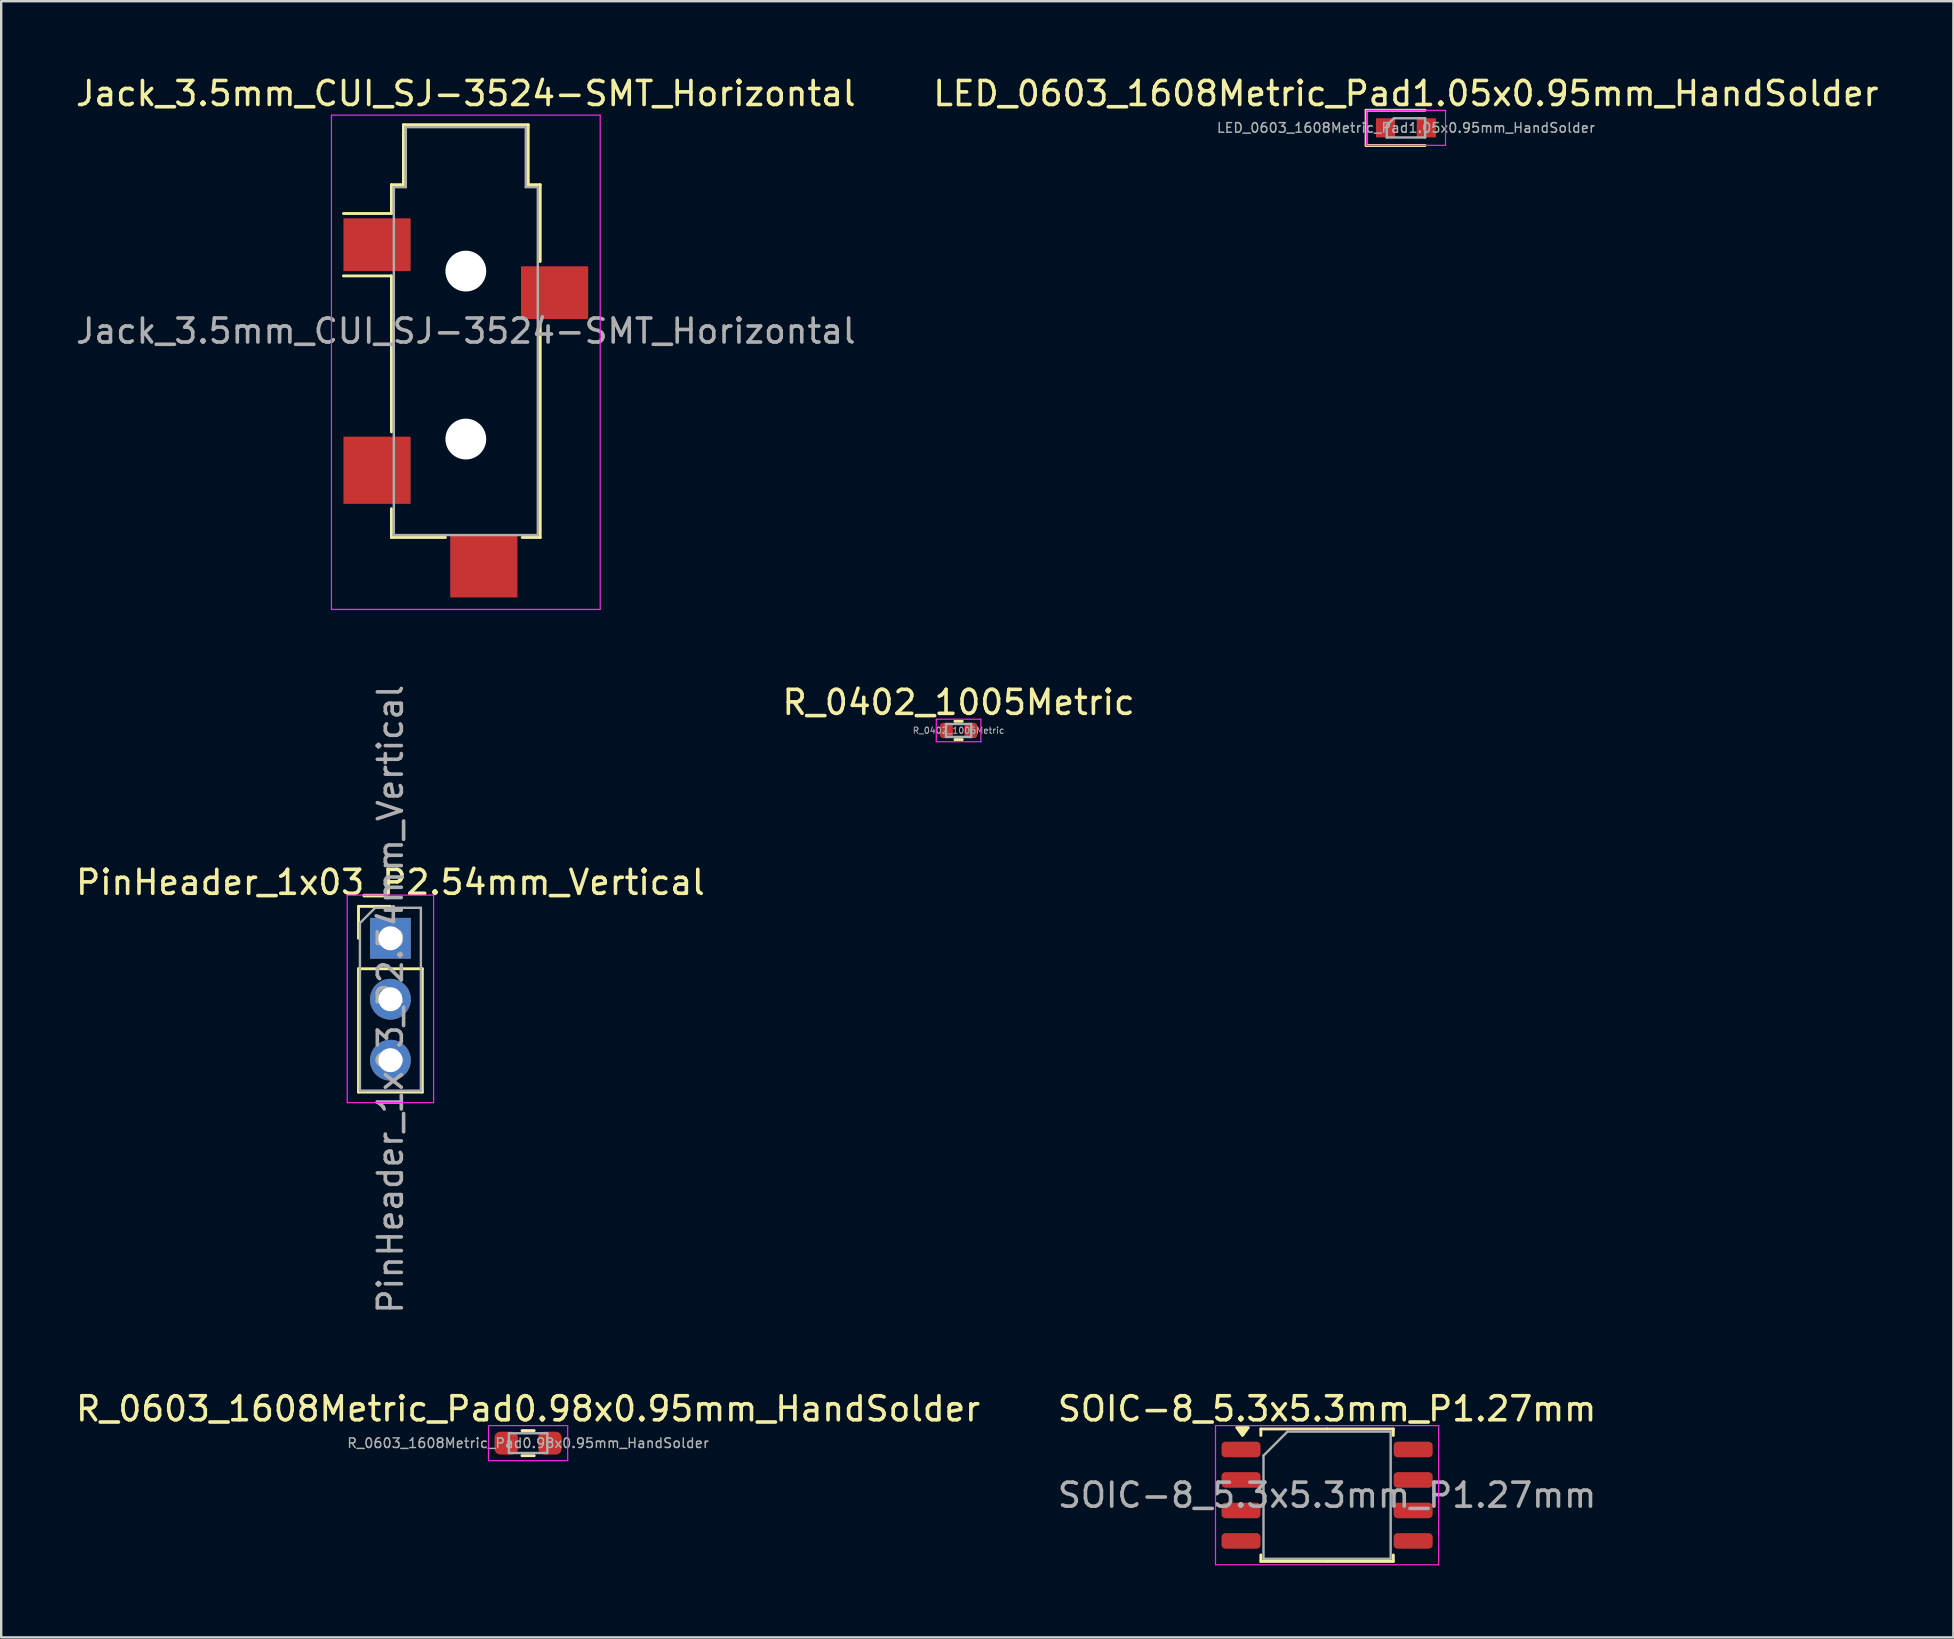
<source format=kicad_pcb>
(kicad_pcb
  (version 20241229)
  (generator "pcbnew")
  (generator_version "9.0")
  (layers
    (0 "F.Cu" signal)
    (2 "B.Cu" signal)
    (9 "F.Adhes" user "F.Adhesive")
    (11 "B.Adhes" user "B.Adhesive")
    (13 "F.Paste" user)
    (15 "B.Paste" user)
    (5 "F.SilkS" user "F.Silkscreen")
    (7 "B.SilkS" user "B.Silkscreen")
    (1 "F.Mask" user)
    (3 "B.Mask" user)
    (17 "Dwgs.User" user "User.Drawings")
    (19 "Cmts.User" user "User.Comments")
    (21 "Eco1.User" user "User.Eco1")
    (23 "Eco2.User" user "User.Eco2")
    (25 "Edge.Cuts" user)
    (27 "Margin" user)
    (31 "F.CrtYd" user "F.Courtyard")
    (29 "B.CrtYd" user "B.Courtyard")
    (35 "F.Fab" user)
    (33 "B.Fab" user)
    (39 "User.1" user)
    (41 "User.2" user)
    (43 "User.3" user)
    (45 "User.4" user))
  (footprint "LED_0603_1608Metric_Pad1.05x0.95mm_HandSolder"
    (layer "F.Cu")
    (at 55.542 2.278)
    (property "Reference" "LED_0603_1608Metric_Pad1.05x0.95mm_HandSolder" (at 0 -1.43 0) (layer "F.SilkS") (effects (font (size 1 1) (thickness 0.15))))
    (attr smd)
    (fp_line (start -1.66 -0.735) (end -1.66 0.735) (stroke (width 0.12) (type solid)) (layer "F.SilkS"))
    (fp_line (start -1.66 0.735) (end 0.8 0.735) (stroke (width 0.12) (type solid)) (layer "F.SilkS"))
    (fp_line (start 0.8 -0.735) (end -1.66 -0.735) (stroke (width 0.12) (type solid)) (layer "F.SilkS"))
    (fp_line (start -1.65 -0.73) (end 1.65 -0.73) (stroke (width 0.05) (type solid)) (layer "F.CrtYd"))
    (fp_line (start -1.65 0.73) (end -1.65 -0.73) (stroke (width 0.05) (type solid)) (layer "F.CrtYd"))
    (fp_line (start 1.65 -0.73) (end 1.65 0.73) (stroke (width 0.05) (type solid)) (layer "F.CrtYd"))
    (fp_line (start 1.65 0.73) (end -1.65 0.73) (stroke (width 0.05) (type solid)) (layer "F.CrtYd"))
    (fp_line (start -0.8 -0.1) (end -0.8 0.4) (stroke (width 0.1) (type solid)) (layer "F.Fab"))
    (fp_line (start -0.8 0.4) (end 0.8 0.4) (stroke (width 0.1) (type solid)) (layer "F.Fab"))
    (fp_line (start -0.5 -0.4) (end -0.8 -0.1) (stroke (width 0.1) (type solid)) (layer "F.Fab"))
    (fp_line (start 0.8 -0.4) (end -0.5 -0.4) (stroke (width 0.1) (type solid)) (layer "F.Fab"))
    (fp_line (start 0.8 0.4) (end 0.8 -0.4) (stroke (width 0.1) (type solid)) (layer "F.Fab"))
    (fp_text user "${REFERENCE}" (at 0 0 0) (layer "F.Fab") (effects (font (size 0.4 0.4) (thickness 0.06))))
    (pad "1" smd rect (at -0.85 0) (size 0.8 0.8) (layers "F.Cu" "F.Mask" "F.Paste"))
    (pad "2" smd rect (at 0.85 0) (size 0.8 0.8) (layers "F.Cu" "F.Mask" "F.Paste")))
  (footprint "R_0402_1005Metric"
    (layer "F.Cu")
    (at 36.899 27.392)
    (property "Reference" "R_0402_1005Metric" (at 0 -1.17 0) (layer "F.SilkS") (effects (font (size 1 1) (thickness 0.15))))
    (attr smd)
    (fp_line (start -0.154 -0.38) (end 0.154 -0.38) (stroke (width 0.12) (type solid)) (layer "F.SilkS"))
    (fp_line (start -0.154 0.38) (end 0.154 0.38) (stroke (width 0.12) (type solid)) (layer "F.SilkS"))
    (fp_line (start -0.93 -0.47) (end 0.93 -0.47) (stroke (width 0.05) (type solid)) (layer "F.CrtYd"))
    (fp_line (start -0.93 0.47) (end -0.93 -0.47) (stroke (width 0.05) (type solid)) (layer "F.CrtYd"))
    (fp_line (start 0.93 -0.47) (end 0.93 0.47) (stroke (width 0.05) (type solid)) (layer "F.CrtYd"))
    (fp_line (start 0.93 0.47) (end -0.93 0.47) (stroke (width 0.05) (type solid)) (layer "F.CrtYd"))
    (fp_line (start -0.525 -0.27) (end 0.525 -0.27) (stroke (width 0.1) (type solid)) (layer "F.Fab"))
    (fp_line (start -0.525 0.27) (end -0.525 -0.27) (stroke (width 0.1) (type solid)) (layer "F.Fab"))
    (fp_line (start 0.525 -0.27) (end 0.525 0.27) (stroke (width 0.1) (type solid)) (layer "F.Fab"))
    (fp_line (start 0.525 0.27) (end -0.525 0.27) (stroke (width 0.1) (type solid)) (layer "F.Fab"))
    (fp_text user "${REFERENCE}" (at 0 0 0) (layer "F.Fab") (effects (font (size 0.26 0.26) (thickness 0.04))))
    (pad "1" smd roundrect (at -0.51 0) (size 0.54 0.64) (layers "F.Cu" "F.Mask" "F.Paste") (roundrect_rratio 0.25))
    (pad "2" smd roundrect (at 0.51 0) (size 0.54 0.64) (layers "F.Cu" "F.Mask" "F.Paste") (roundrect_rratio 0.25)))
  (footprint "Jack_3.5mm_CUI_SJ-3524-SMT_Horizontal"
    (layer "F.Cu")
    (at 16.363 10.748)
    (property "Reference" "Jack_3.5mm_CUI_SJ-3524-SMT_Horizontal" (at 0 -9.9 0) (layer "F.SilkS") (effects (font (size 1 1) (thickness 0.15))))
    (attr smd)
    (fp_line (start -3.1 -6.1) (end -2.6 -6.1) (stroke (width 0.12) (type solid)) (layer "F.SilkS"))
    (fp_line (start -3.1 -4.9) (end -5.1 -4.9) (stroke (width 0.12) (type solid)) (layer "F.SilkS"))
    (fp_line (start -3.1 -4.9) (end -3.1 -6.1) (stroke (width 0.12) (type solid)) (layer "F.SilkS"))
    (fp_line (start -3.1 -2.3) (end -5.1 -2.3) (stroke (width 0.12) (type solid)) (layer "F.SilkS"))
    (fp_line (start -3.1 4.2) (end -3.1 -2.3) (stroke (width 0.12) (type solid)) (layer "F.SilkS"))
    (fp_line (start -3.1 8.6) (end -3.1 7.4) (stroke (width 0.12) (type solid)) (layer "F.SilkS"))
    (fp_line (start -2.6 -8.6) (end 2.6 -8.6) (stroke (width 0.12) (type solid)) (layer "F.SilkS"))
    (fp_line (start -2.6 -6.1) (end -2.6 -8.6) (stroke (width 0.12) (type solid)) (layer "F.SilkS"))
    (fp_line (start -0.85 8.6) (end -3.1 8.6) (stroke (width 0.12) (type solid)) (layer "F.SilkS"))
    (fp_line (start 2.6 -8.6) (end 2.6 -6.1) (stroke (width 0.12) (type solid)) (layer "F.SilkS"))
    (fp_line (start 2.6 -6.1) (end 3.1 -6.1) (stroke (width 0.12) (type solid)) (layer "F.SilkS"))
    (fp_line (start 3.1 -6.1) (end 3.1 -2.9) (stroke (width 0.12) (type solid)) (layer "F.SilkS"))
    (fp_line (start 3.1 -0.3) (end 3.1 8.6) (stroke (width 0.12) (type solid)) (layer "F.SilkS"))
    (fp_line (start 3.1 8.6) (end 2.35 8.6) (stroke (width 0.12) (type solid)) (layer "F.SilkS"))
    (fp_line (start -5.6 -9) (end 5.6 -9) (stroke (width 0.05) (type solid)) (layer "F.CrtYd"))
    (fp_line (start -5.6 11.6) (end -5.6 -9) (stroke (width 0.05) (type solid)) (layer "F.CrtYd"))
    (fp_line (start 5.6 -9) (end 5.6 11.6) (stroke (width 0.05) (type solid)) (layer "F.CrtYd"))
    (fp_line (start 5.6 11.6) (end -5.6 11.6) (stroke (width 0.05) (type solid)) (layer "F.CrtYd"))
    (fp_line (start -3 -6) (end -2.5 -6) (stroke (width 0.1) (type solid)) (layer "F.Fab"))
    (fp_line (start -3 8.5) (end -3 -6) (stroke (width 0.1) (type solid)) (layer "F.Fab"))
    (fp_line (start -2.5 -8.5) (end 2.5 -8.5) (stroke (width 0.1) (type solid)) (layer "F.Fab"))
    (fp_line (start -2.5 -6) (end -2.5 -8.5) (stroke (width 0.1) (type solid)) (layer "F.Fab"))
    (fp_line (start 2.5 -8.5) (end 2.5 -6) (stroke (width 0.1) (type solid)) (layer "F.Fab"))
    (fp_line (start 2.5 -6) (end 3 -6) (stroke (width 0.1) (type solid)) (layer "F.Fab"))
    (fp_line (start 3 -6) (end 3 8.5) (stroke (width 0.1) (type solid)) (layer "F.Fab"))
    (fp_line (start 3 8.5) (end -3 8.5) (stroke (width 0.1) (type solid)) (layer "F.Fab"))
    (fp_text user "${REFERENCE}" (at 0 0 0) (layer "F.Fab") (effects (font (size 1 1) (thickness 0.15))))
    (pad "" np_thru_hole circle (at 0 -2.5) (size 1.7 1.7) (drill 1.7) (layers "*.Cu" "*.Mask"))
    (pad "" np_thru_hole circle (at 0 4.5) (size 1.7 1.7) (drill 1.7) (layers "*.Cu" "*.Mask"))
    (pad "R" smd rect (at 3.7 -1.6) (size 2.8 2.2) (layers "F.Cu" "F.Mask" "F.Paste"))
    (pad "S" smd rect (at -3.7 -3.6) (size 2.8 2.2) (layers "F.Cu" "F.Mask" "F.Paste"))
    (pad "T" smd rect (at -3.7 5.8) (size 2.8 2.8) (layers "F.Cu" "F.Mask" "F.Paste"))
    (pad "TN" smd rect (at 0.75 9.8) (size 2.8 2.6) (layers "F.Cu" "F.Mask" "F.Paste")))
  (footprint "PinHeader_1x03_P2.54mm_Vertical"
    (layer "F.Cu")
    (at 13.22 36.053)
    (property "Reference" "PinHeader_1x03_P2.54mm_Vertical" (at 0 -2.33 0) (layer "F.SilkS") (effects (font (size 1 1) (thickness 0.15))))
    (attr through_hole)
    (fp_line (start -1.33 -1.33) (end 0 -1.33) (stroke (width 0.12) (type solid)) (layer "F.SilkS"))
    (fp_line (start -1.33 0) (end -1.33 -1.33) (stroke (width 0.12) (type solid)) (layer "F.SilkS"))
    (fp_line (start -1.33 1.27) (end -1.33 6.41) (stroke (width 0.12) (type solid)) (layer "F.SilkS"))
    (fp_line (start -1.33 1.27) (end 1.33 1.27) (stroke (width 0.12) (type solid)) (layer "F.SilkS"))
    (fp_line (start -1.33 6.41) (end 1.33 6.41) (stroke (width 0.12) (type solid)) (layer "F.SilkS"))
    (fp_line (start 1.33 1.27) (end 1.33 6.41) (stroke (width 0.12) (type solid)) (layer "F.SilkS"))
    (fp_line (start -1.8 -1.8) (end -1.8 6.85) (stroke (width 0.05) (type solid)) (layer "F.CrtYd"))
    (fp_line (start -1.8 6.85) (end 1.8 6.85) (stroke (width 0.05) (type solid)) (layer "F.CrtYd"))
    (fp_line (start 1.8 -1.8) (end -1.8 -1.8) (stroke (width 0.05) (type solid)) (layer "F.CrtYd"))
    (fp_line (start 1.8 6.85) (end 1.8 -1.8) (stroke (width 0.05) (type solid)) (layer "F.CrtYd"))
    (fp_line (start -1.27 -0.635) (end -0.635 -1.27) (stroke (width 0.1) (type solid)) (layer "F.Fab"))
    (fp_line (start -1.27 6.35) (end -1.27 -0.635) (stroke (width 0.1) (type solid)) (layer "F.Fab"))
    (fp_line (start -0.635 -1.27) (end 1.27 -1.27) (stroke (width 0.1) (type solid)) (layer "F.Fab"))
    (fp_line (start 1.27 -1.27) (end 1.27 6.35) (stroke (width 0.1) (type solid)) (layer "F.Fab"))
    (fp_line (start 1.27 6.35) (end -1.27 6.35) (stroke (width 0.1) (type solid)) (layer "F.Fab"))
    (fp_text user "${REFERENCE}" (at 0 2.54 90) (layer "F.Fab") (effects (font (size 1 1) (thickness 0.15))))
    (pad "1" thru_hole rect (at 0 0) (size 1.7 1.7) (drill 1) (layers "*.Cu" "*.Mask"))
    (pad "2" thru_hole oval (at 0 2.54) (size 1.7 1.7) (drill 1) (layers "*.Cu" "*.Mask"))
    (pad "3" thru_hole oval (at 0 5.08) (size 1.7 1.7) (drill 1) (layers "*.Cu" "*.Mask")))
  (footprint "SOIC-8_5.3x5.3mm_P1.27mm"
    (layer "F.Cu")
    (at 52.256 59.262)
    (property "Reference" "SOIC-8_5.3x5.3mm_P1.27mm" (at 0 -3.6 0) (layer "F.SilkS") (effects (font (size 1 1) (thickness 0.15))))
    (attr smd)
    (fp_line (start -2.76 -2.76) (end -2.76 -2.49) (stroke (width 0.12) (type solid)) (layer "F.SilkS"))
    (fp_line (start -2.76 2.76) (end -2.76 2.49) (stroke (width 0.12) (type solid)) (layer "F.SilkS"))
    (fp_line (start 0 -2.76) (end -2.76 -2.76) (stroke (width 0.12) (type solid)) (layer "F.SilkS"))
    (fp_line (start 0 -2.76) (end 2.76 -2.76) (stroke (width 0.12) (type solid)) (layer "F.SilkS"))
    (fp_line (start 0 2.76) (end -2.76 2.76) (stroke (width 0.12) (type solid)) (layer "F.SilkS"))
    (fp_line (start 0 2.76) (end 2.76 2.76) (stroke (width 0.12) (type solid)) (layer "F.SilkS"))
    (fp_line (start 2.76 -2.76) (end 2.76 -2.49) (stroke (width 0.12) (type solid)) (layer "F.SilkS"))
    (fp_line (start 2.76 2.76) (end 2.76 2.49) (stroke (width 0.12) (type solid)) (layer "F.SilkS"))
    (fp_poly (pts (xy -3.525 -2.49) (xy -3.765 -2.82) (xy -3.285 -2.82) (xy -3.525 -2.49)) (stroke (width 0.12) (type solid)) (fill yes) (layer "F.SilkS"))
    (fp_line (start -4.65 -2.9) (end -4.65 2.9) (stroke (width 0.05) (type solid)) (layer "F.CrtYd"))
    (fp_line (start -4.65 2.9) (end 4.65 2.9) (stroke (width 0.05) (type solid)) (layer "F.CrtYd"))
    (fp_line (start 4.65 -2.9) (end -4.65 -2.9) (stroke (width 0.05) (type solid)) (layer "F.CrtYd"))
    (fp_line (start 4.65 2.9) (end 4.65 -2.9) (stroke (width 0.05) (type solid)) (layer "F.CrtYd"))
    (fp_line (start -2.65 -1.65) (end -1.65 -2.65) (stroke (width 0.1) (type solid)) (layer "F.Fab"))
    (fp_line (start -2.65 2.65) (end -2.65 -1.65) (stroke (width 0.1) (type solid)) (layer "F.Fab"))
    (fp_line (start -1.65 -2.65) (end 2.65 -2.65) (stroke (width 0.1) (type solid)) (layer "F.Fab"))
    (fp_line (start 2.65 -2.65) (end 2.65 2.65) (stroke (width 0.1) (type solid)) (layer "F.Fab"))
    (fp_line (start 2.65 2.65) (end -2.65 2.65) (stroke (width 0.1) (type solid)) (layer "F.Fab"))
    (fp_text user "${REFERENCE}" (at 0 0 0) (layer "F.Fab") (effects (font (size 1 1) (thickness 0.15))))
    (pad "1" smd roundrect (at -3.587 -1.905) (size 1.625 0.65) (layers "F.Cu" "F.Mask" "F.Paste") (roundrect_rratio 0.25))
    (pad "2" smd roundrect (at -3.587 -0.635) (size 1.625 0.65) (layers "F.Cu" "F.Mask" "F.Paste") (roundrect_rratio 0.25))
    (pad "3" smd roundrect (at -3.587 0.635) (size 1.625 0.65) (layers "F.Cu" "F.Mask" "F.Paste") (roundrect_rratio 0.25))
    (pad "4" smd roundrect (at -3.587 1.905) (size 1.625 0.65) (layers "F.Cu" "F.Mask" "F.Paste") (roundrect_rratio 0.25))
    (pad "5" smd roundrect (at 3.587 1.905) (size 1.625 0.65) (layers "F.Cu" "F.Mask" "F.Paste") (roundrect_rratio 0.25))
    (pad "6" smd roundrect (at 3.587 0.635) (size 1.625 0.65) (layers "F.Cu" "F.Mask" "F.Paste") (roundrect_rratio 0.25))
    (pad "7" smd roundrect (at 3.587 -0.635) (size 1.625 0.65) (layers "F.Cu" "F.Mask" "F.Paste") (roundrect_rratio 0.25))
    (pad "8" smd roundrect (at 3.587 -1.905) (size 1.625 0.65) (layers "F.Cu" "F.Mask" "F.Paste") (roundrect_rratio 0.25)))
  (footprint "R_0603_1608Metric_Pad0.98x0.95mm_HandSolder"
    (layer "F.Cu")
    (at 18.958 57.092)
    (property "Reference" "R_0603_1608Metric_Pad0.98x0.95mm_HandSolder" (at 0 -1.43 0) (layer "F.SilkS") (effects (font (size 1 1) (thickness 0.15))))
    (attr smd)
    (fp_line (start -0.255 -0.522) (end 0.255 -0.522) (stroke (width 0.12) (type solid)) (layer "F.SilkS"))
    (fp_line (start -0.255 0.522) (end 0.255 0.522) (stroke (width 0.12) (type solid)) (layer "F.SilkS"))
    (fp_line (start -1.65 -0.73) (end 1.65 -0.73) (stroke (width 0.05) (type solid)) (layer "F.CrtYd"))
    (fp_line (start -1.65 0.73) (end -1.65 -0.73) (stroke (width 0.05) (type solid)) (layer "F.CrtYd"))
    (fp_line (start 1.65 -0.73) (end 1.65 0.73) (stroke (width 0.05) (type solid)) (layer "F.CrtYd"))
    (fp_line (start 1.65 0.73) (end -1.65 0.73) (stroke (width 0.05) (type solid)) (layer "F.CrtYd"))
    (fp_line (start -0.8 -0.412) (end 0.8 -0.412) (stroke (width 0.1) (type solid)) (layer "F.Fab"))
    (fp_line (start -0.8 0.412) (end -0.8 -0.412) (stroke (width 0.1) (type solid)) (layer "F.Fab"))
    (fp_line (start 0.8 -0.412) (end 0.8 0.412) (stroke (width 0.1) (type solid)) (layer "F.Fab"))
    (fp_line (start 0.8 0.412) (end -0.8 0.412) (stroke (width 0.1) (type solid)) (layer "F.Fab"))
    (fp_text user "${REFERENCE}" (at 0 0 0) (layer "F.Fab") (effects (font (size 0.4 0.4) (thickness 0.06))))
    (pad "1" smd roundrect (at -0.912 0) (size 0.975 0.95) (layers "F.Cu" "F.Mask" "F.Paste") (roundrect_rratio 0.25))
    (pad "2" smd roundrect (at 0.912 0) (size 0.975 0.95) (layers "F.Cu" "F.Mask" "F.Paste") (roundrect_rratio 0.25)))
  (gr_rect
    (start -3 -3)
    (end 78.357 65.187)
    (stroke (width 0.1) (type default))
    (fill no)
    (layer "Edge.Cuts")))
</source>
